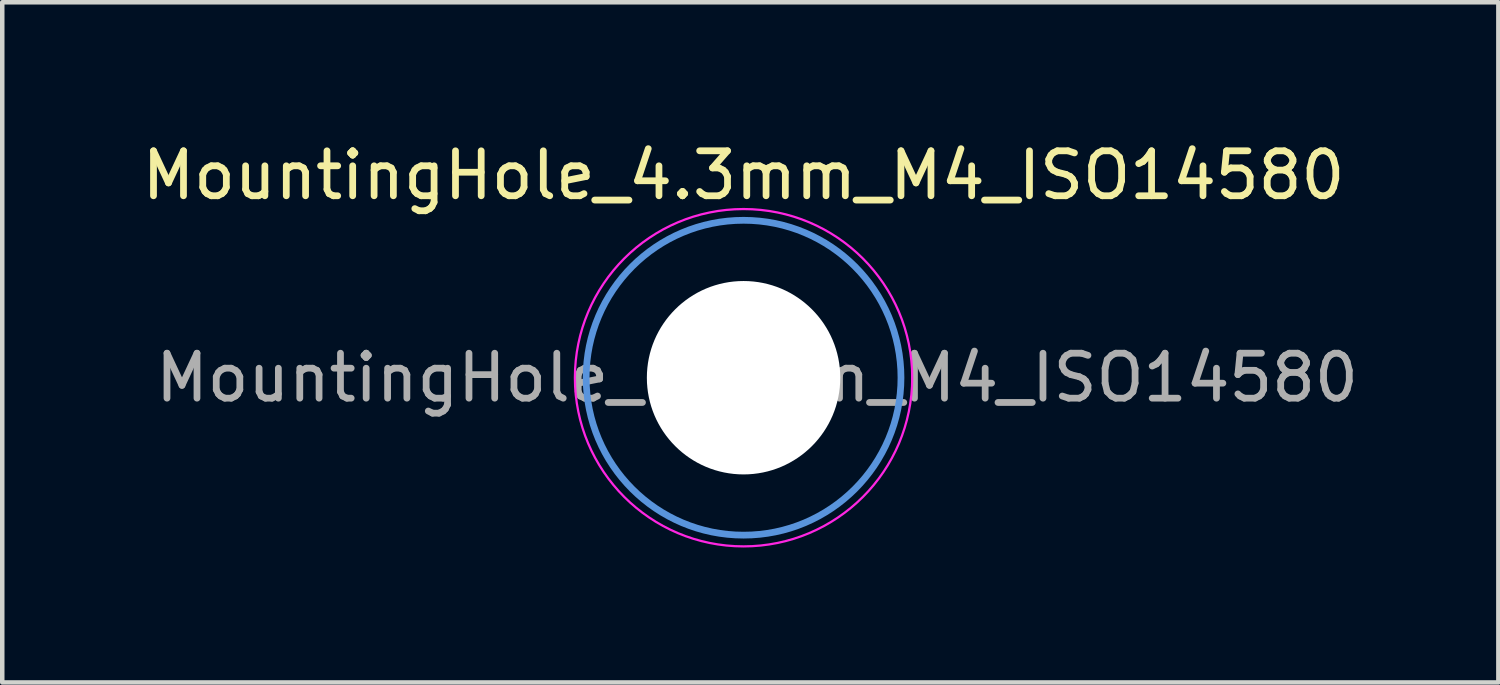
<source format=kicad_pcb>
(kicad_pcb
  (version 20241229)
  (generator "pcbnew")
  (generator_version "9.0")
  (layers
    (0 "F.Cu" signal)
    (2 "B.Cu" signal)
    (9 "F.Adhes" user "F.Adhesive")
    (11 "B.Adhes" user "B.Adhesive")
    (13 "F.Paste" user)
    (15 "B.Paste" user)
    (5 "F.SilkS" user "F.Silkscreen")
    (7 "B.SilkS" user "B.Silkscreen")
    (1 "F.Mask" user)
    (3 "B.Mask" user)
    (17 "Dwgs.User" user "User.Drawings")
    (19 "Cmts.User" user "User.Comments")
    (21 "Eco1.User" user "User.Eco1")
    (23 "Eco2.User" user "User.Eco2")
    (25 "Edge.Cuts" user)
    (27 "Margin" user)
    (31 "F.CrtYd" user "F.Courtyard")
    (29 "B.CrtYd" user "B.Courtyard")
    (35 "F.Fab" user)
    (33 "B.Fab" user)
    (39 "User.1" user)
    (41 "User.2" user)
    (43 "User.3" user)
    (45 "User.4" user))
  (footprint "MountingHole_4.3mm_M4_ISO14580"
    (layer "F.Cu")
    (at 13.482 5.348)
    (property "Reference" "MountingHole_4.3mm_M4_ISO14580" (at 0 -4.5 0) (layer "F.SilkS") (effects (font (size 1 1) (thickness 0.15))))
    (attr exclude_from_pos_files exclude_from_bom)
    (fp_circle (center 0 0) (end 3.5 0) (stroke (width 0.15) (type solid)) (fill no) (layer "Cmts.User"))
    (fp_circle (center 0 0) (end 3.75 0) (stroke (width 0.05) (type solid)) (fill no) (layer "F.CrtYd"))
    (fp_text user "${REFERENCE}" (at 0.3 0 0) (layer "F.Fab") (effects (font (size 1 1) (thickness 0.15))))
    (pad "" np_thru_hole circle (at 0 0) (size 4.3 4.3) (drill 4.3) (layers "*.Cu" "*.Mask")))
  (gr_rect
    (start -3 -3)
    (end 30.264 12.123)
    (stroke (width 0.1) (type default))
    (fill no)
    (layer "Edge.Cuts")))
</source>
